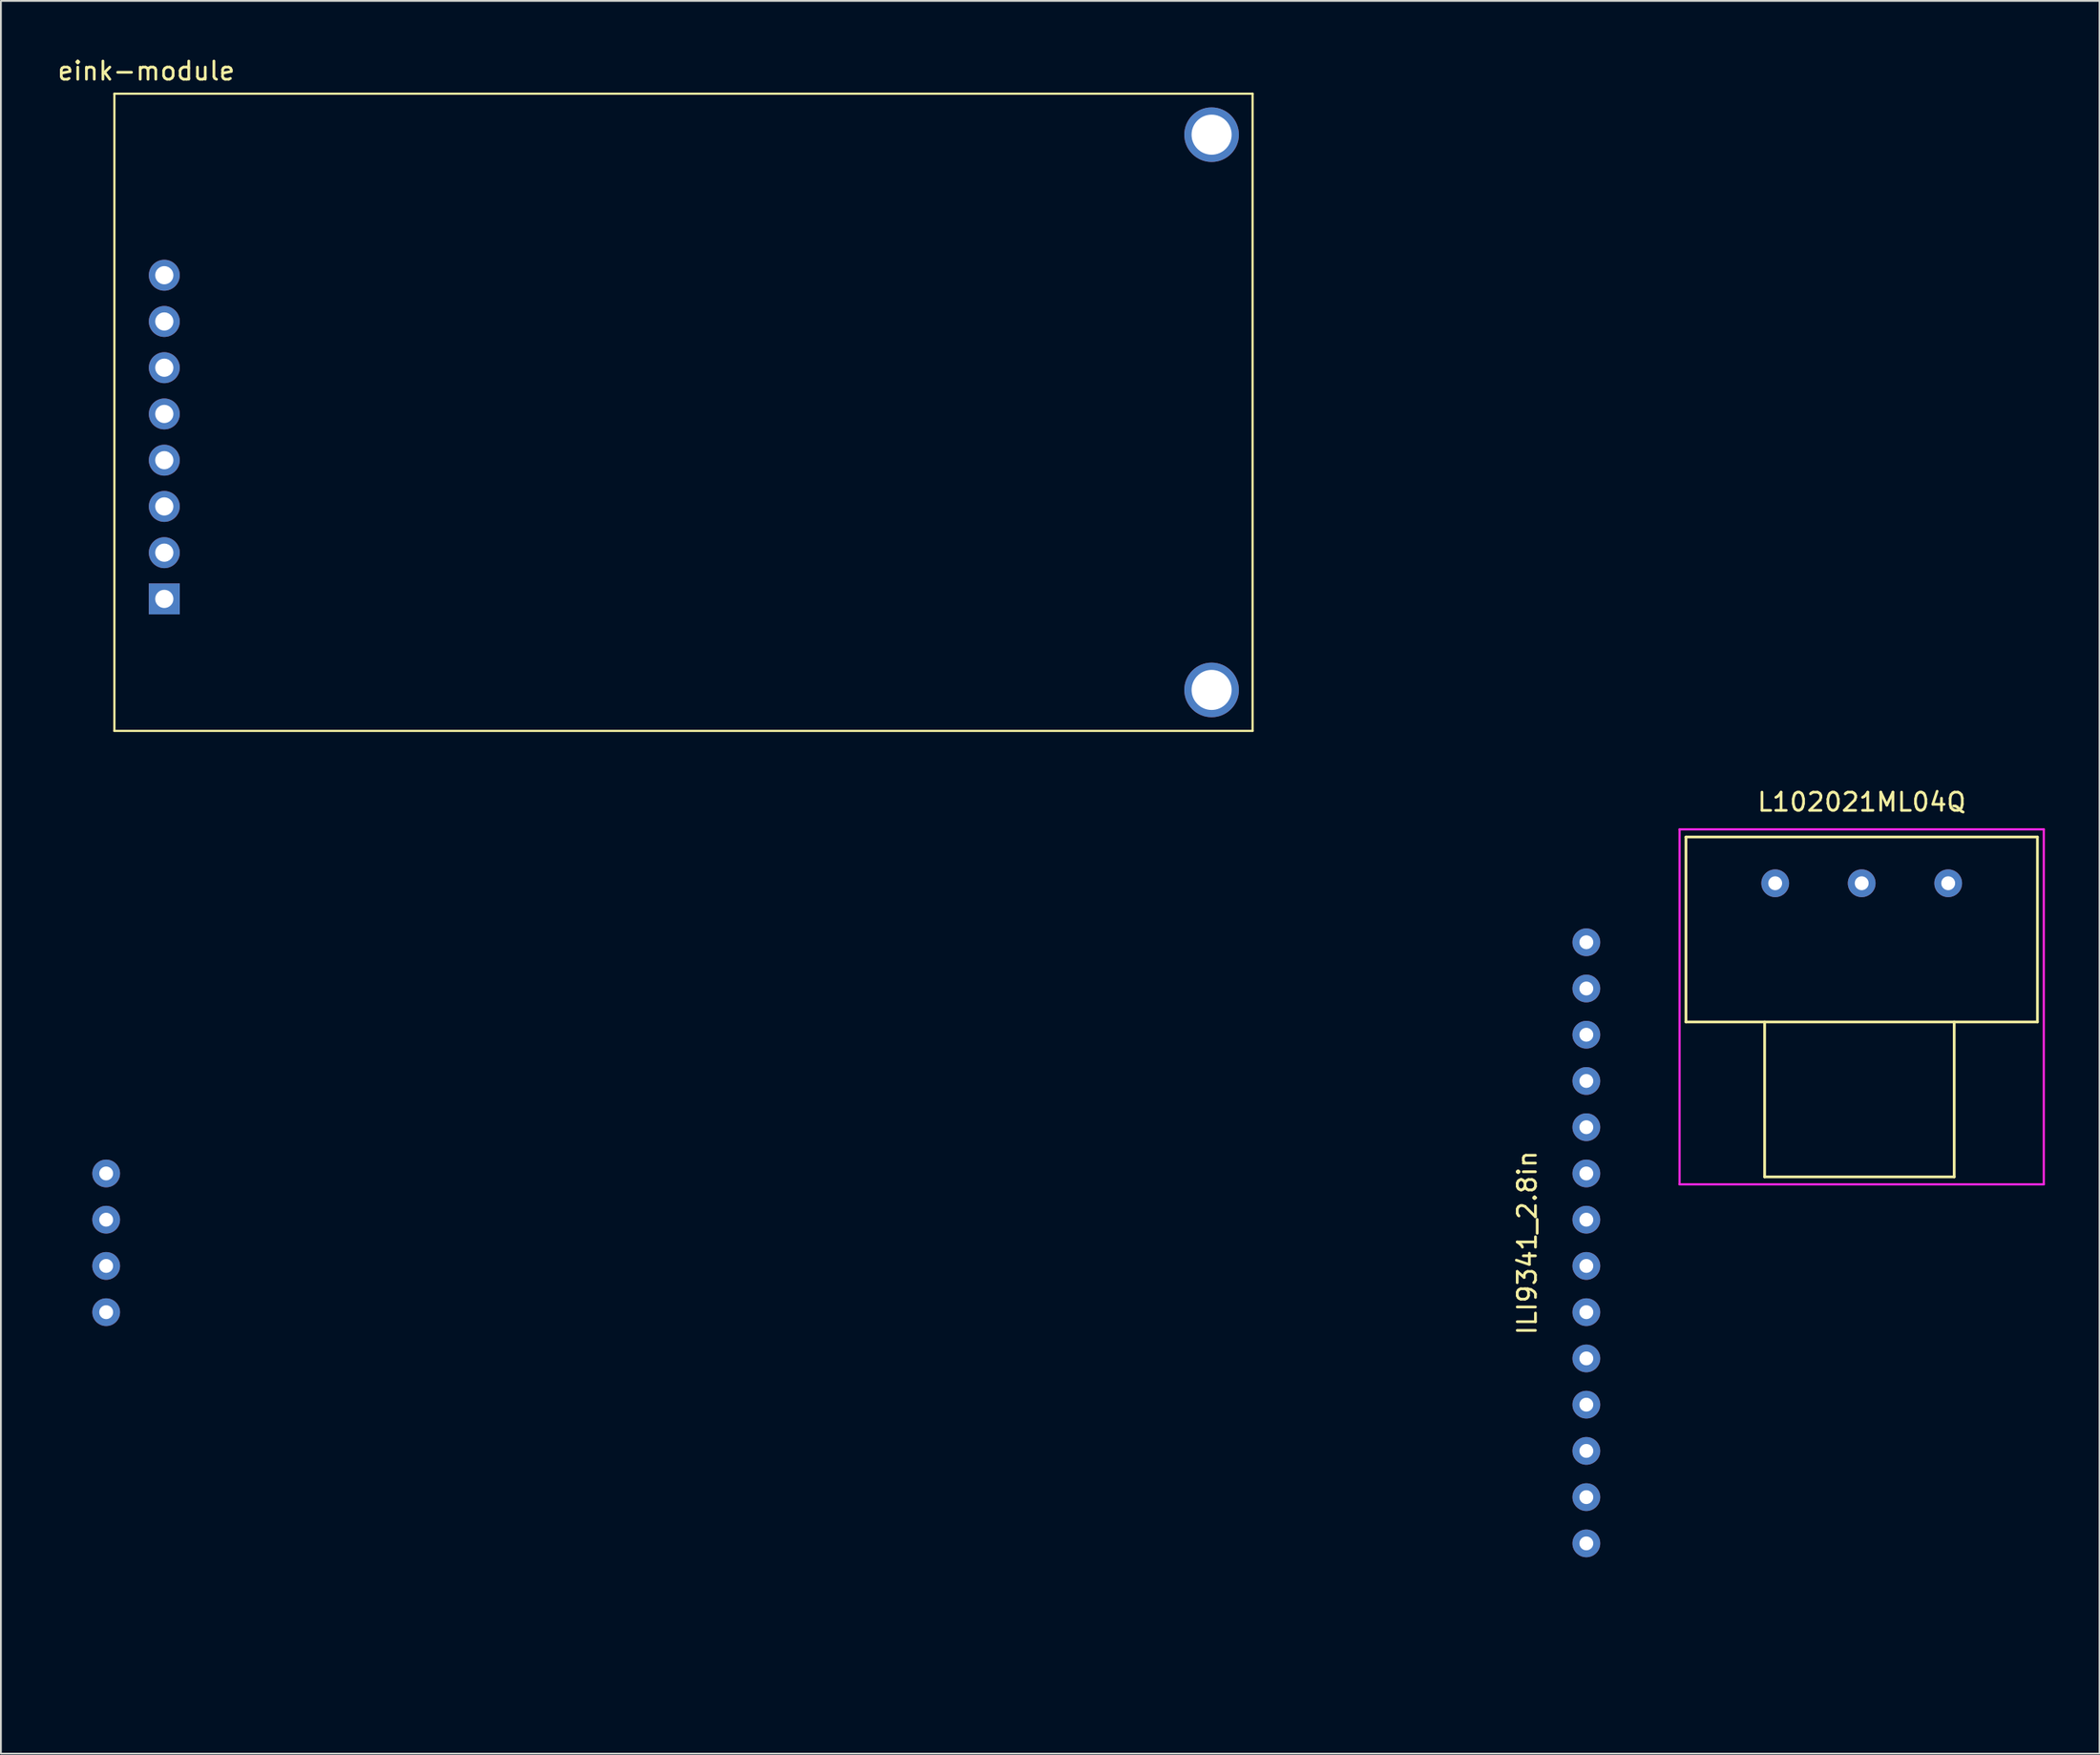
<source format=kicad_pcb>
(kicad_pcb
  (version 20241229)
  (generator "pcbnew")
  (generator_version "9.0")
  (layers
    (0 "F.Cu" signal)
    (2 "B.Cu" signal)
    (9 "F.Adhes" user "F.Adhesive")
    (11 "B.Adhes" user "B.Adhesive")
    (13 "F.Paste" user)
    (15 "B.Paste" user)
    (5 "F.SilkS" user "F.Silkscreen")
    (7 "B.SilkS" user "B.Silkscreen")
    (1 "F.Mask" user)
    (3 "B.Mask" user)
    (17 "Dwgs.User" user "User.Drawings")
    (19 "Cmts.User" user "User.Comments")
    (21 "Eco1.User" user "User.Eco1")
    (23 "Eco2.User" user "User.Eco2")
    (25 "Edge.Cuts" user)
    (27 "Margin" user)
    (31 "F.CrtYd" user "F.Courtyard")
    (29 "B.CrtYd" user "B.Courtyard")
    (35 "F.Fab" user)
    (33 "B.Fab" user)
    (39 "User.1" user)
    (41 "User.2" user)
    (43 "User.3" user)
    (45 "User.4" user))
  (footprint "L102021ML04Q"
    (layer "F.Cu")
    (at 99.18 48.007)
    (property "Reference" "L102021ML04Q" (at 0 -7 0) (layer "F.SilkS") (effects (font (size 1 1) (thickness 0.15))))
    (attr through_hole)
    (fp_line (start -9.65 -5.08) (end -9.65 5.08) (stroke (width 0.15) (type solid)) (layer "F.SilkS"))
    (fp_line (start -9.65 -5.08) (end 9.65 -5.08) (stroke (width 0.15) (type solid)) (layer "F.SilkS"))
    (fp_line (start -9.65 5.08) (end 9.65 5.08) (stroke (width 0.15) (type solid)) (layer "F.SilkS"))
    (fp_line (start -5.33 5.08) (end -5.33 13.59) (stroke (width 0.15) (type solid)) (layer "F.SilkS"))
    (fp_line (start -5.33 13.59) (end 5.08 13.59) (stroke (width 0.15) (type solid)) (layer "F.SilkS"))
    (fp_line (start 5.08 5.08) (end 5.08 13.59) (stroke (width 0.15) (type solid)) (layer "F.SilkS"))
    (fp_line (start 9.65 -5.08) (end 9.65 5.08) (stroke (width 0.15) (type solid)) (layer "F.SilkS"))
    (fp_line (start -10 -5.5) (end 10 -5.5) (stroke (width 0.12) (type solid)) (layer "F.CrtYd"))
    (fp_line (start -10 14) (end -10 -5.5) (stroke (width 0.12) (type solid)) (layer "F.CrtYd"))
    (fp_line (start 10 -5.5) (end 10 14) (stroke (width 0.12) (type solid)) (layer "F.CrtYd"))
    (fp_line (start 10 14) (end -10 14) (stroke (width 0.12) (type solid)) (layer "F.CrtYd"))
    (pad "1" thru_hole circle (at -4.75 -2.54) (size 1.524 1.524) (drill 0.762) (layers "*.Cu" "*.Mask"))
    (pad "2" thru_hole circle (at 0 -2.54) (size 1.524 1.524) (drill 0.762) (layers "*.Cu" "*.Mask"))
    (pad "3" thru_hole circle (at 4.75 -2.54) (size 1.524 1.524) (drill 0.762) (layers "*.Cu" "*.Mask")))
  (footprint "ILI9341_2.8in"
    (layer "F.Cu")
    (at 43.06 65.218)
    (property "Reference" "ILI9341_2.8in" (at 37.75 0 90) (layer "F.SilkS") (effects (font (size 1 1) (thickness 0.15))))
    (attr through_hole)
    (fp_line (start -43 -25) (end -43 25) (stroke (width 0.12) (type solid)) (layer "F.Mask"))
    (fp_line (start -43 -25) (end 43 -25) (stroke (width 0.12) (type solid)) (layer "F.Mask"))
    (fp_line (start -43 25) (end 43 25) (stroke (width 0.12) (type solid)) (layer "F.Mask"))
    (fp_line (start 43 -25) (end 43 25) (stroke (width 0.12) (type solid)) (layer "F.Mask"))
    (pad "1" thru_hole circle (at 41 16.51) (size 1.524 1.524) (drill 0.762) (layers "*.Cu" "*.Mask"))
    (pad "2" thru_hole circle (at 41 13.97) (size 1.524 1.524) (drill 0.762) (layers "*.Cu" "*.Mask"))
    (pad "3" thru_hole circle (at 41 11.43) (size 1.524 1.524) (drill 0.762) (layers "*.Cu" "*.Mask"))
    (pad "4" thru_hole circle (at 41 8.89) (size 1.524 1.524) (drill 0.762) (layers "*.Cu" "*.Mask"))
    (pad "5" thru_hole circle (at 41 6.35) (size 1.524 1.524) (drill 0.762) (layers "*.Cu" "*.Mask"))
    (pad "6" thru_hole circle (at 41 3.81) (size 1.524 1.524) (drill 0.762) (layers "*.Cu" "*.Mask"))
    (pad "7" thru_hole circle (at 41 1.27) (size 1.524 1.524) (drill 0.762) (layers "*.Cu" "*.Mask"))
    (pad "8" thru_hole circle (at 41 -1.27) (size 1.524 1.524) (drill 0.762) (layers "*.Cu" "*.Mask"))
    (pad "9" thru_hole circle (at 41 -3.81) (size 1.524 1.524) (drill 0.762) (layers "*.Cu" "*.Mask"))
    (pad "10" thru_hole circle (at 41 -6.35) (size 1.524 1.524) (drill 0.762) (layers "*.Cu" "*.Mask"))
    (pad "11" thru_hole circle (at 41 -8.89) (size 1.524 1.524) (drill 0.762) (layers "*.Cu" "*.Mask"))
    (pad "12" thru_hole circle (at 41 -11.43) (size 1.524 1.524) (drill 0.762) (layers "*.Cu" "*.Mask"))
    (pad "13" thru_hole circle (at 41 -13.97) (size 1.524 1.524) (drill 0.762) (layers "*.Cu" "*.Mask"))
    (pad "14" thru_hole circle (at 41 -16.51) (size 1.524 1.524) (drill 0.762) (layers "*.Cu" "*.Mask"))
    (pad "15" thru_hole circle (at -40.28 3.81) (size 1.524 1.524) (drill 0.762) (layers "*.Cu" "*.Mask"))
    (pad "16" thru_hole circle (at -40.28 1.27) (size 1.524 1.524) (drill 0.762) (layers "*.Cu" "*.Mask"))
    (pad "17" thru_hole circle (at -40.28 -1.27) (size 1.524 1.524) (drill 0.762) (layers "*.Cu" "*.Mask"))
    (pad "18" thru_hole circle (at -40.28 -3.81) (size 1.524 1.524) (drill 0.762) (layers "*.Cu" "*.Mask")))
  (footprint "eink-module"
    (layer "F.Cu")
    (at 53.232 19.598)
    (property "Reference" "eink-module" (at -48.25 -18.75 0) (layer "F.SilkS") (effects (font (size 1 1) (thickness 0.15))))
    (attr through_hole)
    (fp_line (start -50 -17.5) (end 12.5 -17.5) (stroke (width 0.12) (type solid)) (layer "F.SilkS"))
    (fp_line (start -50 17.5) (end -50 -17.5) (stroke (width 0.12) (type solid)) (layer "F.SilkS"))
    (fp_line (start 12.5 -17.5) (end 12.5 17.5) (stroke (width 0.12) (type solid)) (layer "F.SilkS"))
    (fp_line (start 12.5 17.5) (end -50 17.5) (stroke (width 0.12) (type solid)) (layer "F.SilkS"))
    (pad "" thru_hole circle (at 10.25 -15.25 180) (size 3 3) (drill 2.2) (layers "*.Cu" "*.Mask"))
    (pad "" thru_hole circle (at 10.25 15.25 180) (size 3 3) (drill 2.2) (layers "*.Cu" "*.Mask"))
    (pad "1" thru_hole rect (at -47.26 10.25 180) (size 1.7 1.7) (drill 1) (layers "*.Cu" "*.Mask"))
    (pad "2" thru_hole circle (at -47.26 7.71 180) (size 1.7 1.7) (drill 1) (layers "*.Cu" "*.Mask"))
    (pad "3" thru_hole circle (at -47.26 5.17 180) (size 1.7 1.7) (drill 1) (layers "*.Cu" "*.Mask"))
    (pad "4" thru_hole circle (at -47.26 2.63 180) (size 1.7 1.7) (drill 1) (layers "*.Cu" "*.Mask"))
    (pad "5" thru_hole circle (at -47.26 0.09 180) (size 1.7 1.7) (drill 1) (layers "*.Cu" "*.Mask"))
    (pad "6" thru_hole circle (at -47.26 -2.45 180) (size 1.7 1.7) (drill 1) (layers "*.Cu" "*.Mask"))
    (pad "7" thru_hole circle (at -47.26 -4.99 180) (size 1.7 1.7) (drill 1) (layers "*.Cu" "*.Mask"))
    (pad "8" thru_hole circle (at -47.26 -7.53 180) (size 1.7 1.7) (drill 1) (layers "*.Cu" "*.Mask")))
  (gr_rect
    (start -3 -3)
    (end 112.24 93.278)
    (stroke (width 0.1) (type default))
    (fill no)
    (layer "Edge.Cuts")))
</source>
